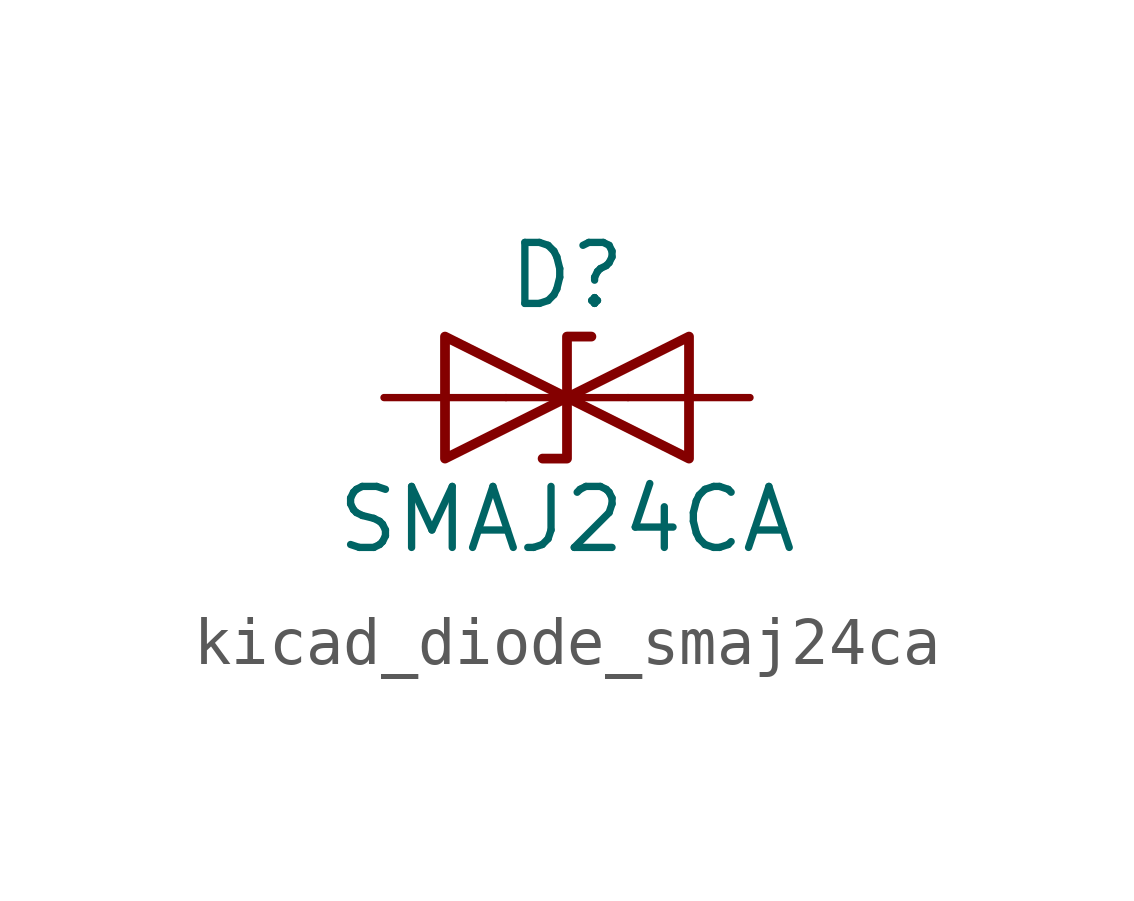
<source format=kicad_sym>
(kicad_symbol_lib
  (version 20220914)
  (generator kicad_symbol_editor)
  (symbol "kicad_diode_smaj24ca"
    (pin_numbers hide)
    (pin_names
      (offset 1.016) hide)
    (property "Reference" "D"
      (at 0 2.54 0)
      (effects (font (size 1.27 1.27))))
    (property "Value" "SMAJ24CA"
      (at 0 -2.54 0)
      (effects (font (size 1.27 1.27))))
    (symbol "kicad_diode_smaj24ca_0_1"
      (polyline (pts (xy 1.27 0) (xy -1.27 0)) (stroke (width 0) (type default)) (fill (type none)))
      (polyline (pts (xy -2.54 -1.27) (xy 0 0) (xy -2.54 1.27) (xy -2.54 -1.27)) (stroke (width 0.203) (type default)) (fill (type none)))
      (polyline (pts (xy 0.508 1.27) (xy 0 1.27) (xy 0 -1.27) (xy -0.508 -1.27)) (stroke (width 0.203) (type default)) (fill (type none)))
      (polyline (pts (xy 2.54 1.27) (xy 2.54 -1.27) (xy 0 0) (xy 2.54 1.27)) (stroke (width 0.203) (type default)) (fill (type none))))
    (symbol "kicad_diode_smaj24ca_1_1"
      (pin passive line (at -3.81 0 0) (length 2.54) (name "A1" (effects (font (size 1.27 1.27)))) (number "1" (effects (font (size 1.27 1.27)))))
      (pin passive line (at 3.81 0 180) (length 2.54) (name "A2" (effects (font (size 1.27 1.27)))) (number "2" (effects (font (size 1.27 1.27))))))))
</source>
